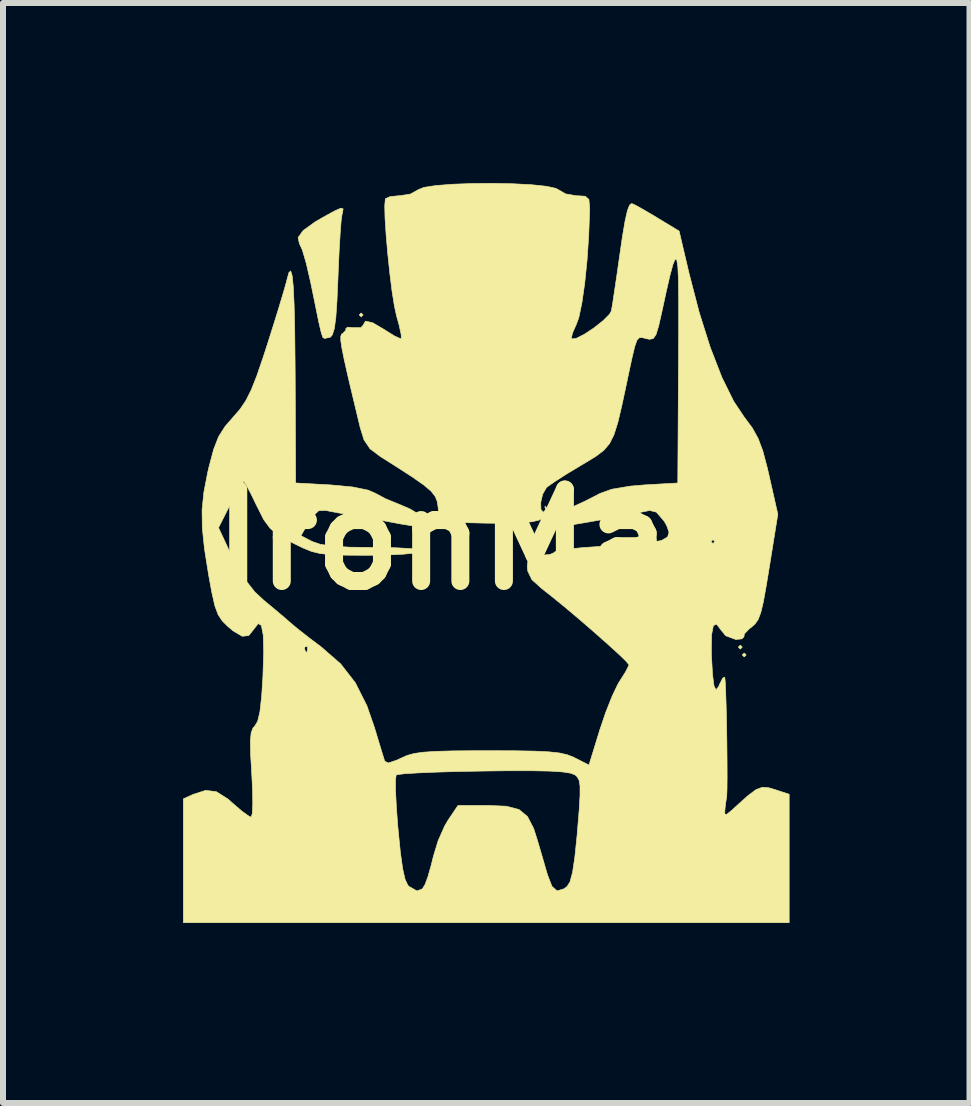
<source format=kicad_pcb>
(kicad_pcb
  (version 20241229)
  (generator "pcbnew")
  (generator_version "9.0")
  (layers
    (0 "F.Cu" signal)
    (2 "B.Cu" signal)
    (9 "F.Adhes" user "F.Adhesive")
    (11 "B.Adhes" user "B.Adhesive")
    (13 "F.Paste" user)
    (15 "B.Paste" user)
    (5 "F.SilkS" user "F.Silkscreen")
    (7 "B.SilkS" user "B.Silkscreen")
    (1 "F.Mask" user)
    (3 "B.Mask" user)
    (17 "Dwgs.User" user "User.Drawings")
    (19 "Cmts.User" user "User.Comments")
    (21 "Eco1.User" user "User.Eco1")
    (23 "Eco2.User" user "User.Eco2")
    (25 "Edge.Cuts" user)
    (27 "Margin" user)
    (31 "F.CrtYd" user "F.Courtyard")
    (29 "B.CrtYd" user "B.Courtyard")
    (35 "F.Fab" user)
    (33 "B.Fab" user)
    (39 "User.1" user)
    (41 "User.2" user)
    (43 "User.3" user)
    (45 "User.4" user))
  (footprint "IronMan"
    (layer "F.Cu")
    (at 5.02 5.942)
    (property "Reference" "IronMan" (at 0 0 0) (layer "F.SilkS") (effects (font (size 1.524 1.524) (thickness 0.3))))
    (attr through_hole)
    (fp_poly (pts (xy -2.019 -3.745) (xy -2.052 -3.712) (xy -2.084 -3.745) (xy -2.052 -3.777) (xy -2.019 -3.745)) (stroke (width 0.01) (type solid)) (fill yes) (layer "F.SilkS"))
    (fp_poly (pts (xy 4.298 1.791) (xy 4.266 1.824) (xy 4.233 1.791) (xy 4.266 1.758) (xy 4.298 1.791)) (stroke (width 0.01) (type solid)) (fill yes) (layer "F.SilkS"))
    (fp_poly (pts (xy 4.364 1.921) (xy 4.331 1.954) (xy 4.298 1.921) (xy 4.331 1.889) (xy 4.364 1.921)) (stroke (width 0.01) (type solid)) (fill yes) (layer "F.SilkS"))
    (fp_poly (pts (xy -2.353 -5.512) (xy -2.363 -5.445) (xy -2.37 -5.422) (xy -2.385 -5.318) (xy -2.401 -5.111) (xy -2.418 -4.827) (xy -2.433 -4.493) (xy -2.438 -4.367) (xy -2.455 -3.977) (xy -2.474 -3.699) (xy -2.499 -3.517) (xy -2.532 -3.413) (xy -2.566 -3.373) (xy -2.663 -3.352) (xy -2.691 -3.37) (xy -2.719 -3.456) (xy -2.759 -3.629) (xy -2.796 -3.81) (xy -2.89 -4.271) (xy -2.968 -4.609) (xy -3.033 -4.83) (xy -3.081 -4.933) (xy -3.103 -5.033) (xy -3.02 -5.149) (xy -2.825 -5.291) (xy -2.688 -5.371) (xy -2.493 -5.478) (xy -2.389 -5.524) (xy -2.353 -5.512)) (stroke (width 0.01) (type solid)) (fill yes) (layer "F.SilkS"))
    (fp_poly (pts (xy 0.479 -5.93) (xy 0.787 -5.914) (xy 1.035 -5.888) (xy 1.195 -5.853) (xy 1.237 -5.829) (xy 1.355 -5.761) (xy 1.529 -5.731) (xy 1.538 -5.731) (xy 1.682 -5.722) (xy 1.743 -5.669) (xy 1.755 -5.533) (xy 1.755 -5.487) (xy 1.74 -5.069) (xy 1.712 -4.654) (xy 1.673 -4.271) (xy 1.626 -3.944) (xy 1.575 -3.701) (xy 1.535 -3.591) (xy 1.47 -3.444) (xy 1.449 -3.353) (xy 1.453 -3.345) (xy 1.528 -3.352) (xy 1.665 -3.421) (xy 1.827 -3.528) (xy 1.98 -3.649) (xy 2.087 -3.757) (xy 2.117 -3.81) (xy 2.137 -3.925) (xy 2.169 -4.137) (xy 2.21 -4.414) (xy 2.247 -4.674) (xy 2.302 -5.053) (xy 2.347 -5.318) (xy 2.386 -5.487) (xy 2.421 -5.576) (xy 2.457 -5.601) (xy 2.525 -5.57) (xy 2.673 -5.487) (xy 2.867 -5.372) (xy 2.868 -5.371) (xy 3.246 -5.142) (xy 3.411 -4.44) (xy 3.58 -3.789) (xy 3.764 -3.206) (xy 3.958 -2.706) (xy 4.155 -2.306) (xy 4.329 -2.045) (xy 4.464 -1.864) (xy 4.562 -1.688) (xy 4.641 -1.477) (xy 4.717 -1.19) (xy 4.745 -1.068) (xy 4.891 -0.423) (xy 4.756 0.416) (xy 4.696 0.781) (xy 4.649 1.041) (xy 4.607 1.216) (xy 4.563 1.331) (xy 4.51 1.407) (xy 4.441 1.467) (xy 4.415 1.486) (xy 4.333 1.571) (xy 4.326 1.619) (xy 4.293 1.653) (xy 4.191 1.664) (xy 4.021 1.601) (xy 3.944 1.505) (xy 3.869 1.407) (xy 3.816 1.434) (xy 3.787 1.587) (xy 3.783 1.863) (xy 3.785 1.938) (xy 3.803 2.249) (xy 3.827 2.436) (xy 3.86 2.502) (xy 3.903 2.452) (xy 3.92 2.411) (xy 3.972 2.308) (xy 4.006 2.291) (xy 4.014 2.36) (xy 4.022 2.531) (xy 4.03 2.778) (xy 4.037 3.072) (xy 4.042 3.386) (xy 4.045 3.692) (xy 4.046 3.962) (xy 4.044 4.169) (xy 4.039 4.286) (xy 4.036 4.298) (xy 4.023 4.382) (xy 4.011 4.48) (xy 4.006 4.568) (xy 4.036 4.58) (xy 4.124 4.509) (xy 4.195 4.444) (xy 4.393 4.266) (xy 4.528 4.165) (xy 4.634 4.126) (xy 4.743 4.135) (xy 4.85 4.167) (xy 5.08 4.243) (xy 5.08 6.383) (xy -5.015 6.383) (xy -5.015 4.319) (xy -4.849 4.244) (xy -4.643 4.178) (xy -4.465 4.2) (xy -4.275 4.32) (xy -4.188 4.396) (xy -4.037 4.526) (xy -3.922 4.608) (xy -3.884 4.624) (xy -3.866 4.563) (xy -3.858 4.399) (xy -3.862 4.157) (xy -3.87 4) (xy -1.48 4) (xy -1.479 4.182) (xy -1.466 4.444) (xy -1.443 4.758) (xy -1.436 4.833) (xy -1.398 5.216) (xy -1.36 5.486) (xy -1.32 5.661) (xy -1.274 5.759) (xy -1.253 5.78) (xy -1.122 5.854) (xy -1.034 5.82) (xy -0.988 5.748) (xy -0.941 5.622) (xy -0.884 5.421) (xy -0.848 5.275) (xy -0.77 5.019) (xy -0.661 4.772) (xy -0.603 4.673) (xy -0.438 4.429) (xy 0.06 4.429) (xy 0.368 4.442) (xy 0.578 4.497) (xy 0.719 4.613) (xy 0.822 4.812) (xy 0.885 5.01) (xy 0.96 5.266) (xy 1.036 5.528) (xy 1.053 5.585) (xy 1.128 5.779) (xy 1.213 5.853) (xy 1.327 5.818) (xy 1.379 5.78) (xy 1.428 5.702) (xy 1.471 5.542) (xy 1.509 5.286) (xy 1.547 4.917) (xy 1.552 4.852) (xy 1.581 4.504) (xy 1.595 4.262) (xy 1.595 4.104) (xy 1.579 4.008) (xy 1.546 3.95) (xy 1.513 3.921) (xy 1.441 3.892) (xy 1.307 3.871) (xy 1.096 3.857) (xy 0.794 3.851) (xy 0.387 3.851) (xy -0.011 3.856) (xy -0.427 3.863) (xy -0.799 3.874) (xy -1.107 3.887) (xy -1.332 3.901) (xy -1.453 3.916) (xy -1.468 3.921) (xy -1.48 4) (xy -3.87 4) (xy -3.875 3.904) (xy -3.894 3.578) (xy -3.898 3.357) (xy -3.885 3.219) (xy -3.855 3.139) (xy -3.825 3.106) (xy -3.777 3.028) (xy -3.739 2.868) (xy -3.71 2.611) (xy -3.689 2.279) (xy -3.676 1.872) (xy -3.677 1.824) (xy -2.996 1.824) (xy -2.972 1.877) (xy -2.952 1.867) (xy -2.945 1.79) (xy -2.952 1.78) (xy -2.991 1.789) (xy -2.996 1.824) (xy -3.677 1.824) (xy -3.684 1.588) (xy -3.715 1.43) (xy -3.767 1.398) (xy -3.838 1.489) (xy -3.925 1.599) (xy -4.034 1.61) (xy -4.186 1.52) (xy -4.273 1.447) (xy -4.367 1.354) (xy -4.436 1.249) (xy -4.49 1.102) (xy -4.54 0.882) (xy -4.594 0.586) (xy -4.663 0.152) (xy -4.699 -0.196) (xy -4.703 -0.497) (xy -4.673 -0.79) (xy -4.61 -1.116) (xy -4.587 -1.215) (xy -4.509 -1.507) (xy -4.428 -1.715) (xy -4.32 -1.886) (xy -4.185 -2.041) (xy -4.068 -2.176) (xy -3.972 -2.319) (xy -3.883 -2.496) (xy -3.789 -2.734) (xy -3.678 -3.059) (xy -3.621 -3.235) (xy -3.514 -3.573) (xy -3.419 -3.88) (xy -3.344 -4.13) (xy -3.298 -4.293) (xy -3.291 -4.322) (xy -3.256 -4.45) (xy -3.226 -4.477) (xy -3.202 -4.399) (xy -3.183 -4.212) (xy -3.169 -3.911) (xy -3.159 -3.49) (xy -3.153 -2.947) (xy -3.151 -2.681) (xy -3.144 -0.944) (xy -2.562 -0.912) (xy -2.196 -0.878) (xy -1.936 -0.825) (xy -1.82 -0.775) (xy -1.644 -0.681) (xy -1.439 -0.597) (xy -1.433 -0.595) (xy -1.241 -0.513) (xy -1.071 -0.411) (xy -0.954 -0.312) (xy -0.919 -0.237) (xy -0.926 -0.225) (xy -1.008 -0.213) (xy -1.179 -0.227) (xy -1.381 -0.259) (xy -1.674 -0.314) (xy -1.983 -0.369) (xy -2.149 -0.397) (xy -2.377 -0.436) (xy -2.571 -0.472) (xy -2.648 -0.488) (xy -2.761 -0.481) (xy -2.864 -0.383) (xy -2.922 -0.293) (xy -3.056 -0.066) (xy -2.866 0.032) (xy -2.732 0.078) (xy -2.528 0.109) (xy -2.235 0.126) (xy -1.856 0.13) (xy -1.485 0.135) (xy -1.229 0.149) (xy -1.094 0.173) (xy -1.075 0.195) (xy -1.154 0.222) (xy -1.342 0.242) (xy -1.619 0.256) (xy -1.952 0.261) (xy -2.3 0.259) (xy -2.549 0.251) (xy -2.732 0.232) (xy -2.88 0.196) (xy -3.025 0.137) (xy -3.195 0.053) (xy -3.419 -0.07) (xy -3.566 -0.185) (xy -3.676 -0.334) (xy -3.79 -0.561) (xy -3.793 -0.566) (xy -3.891 -0.769) (xy -3.969 -0.916) (xy -4.01 -0.977) (xy -4.011 -0.977) (xy -4.05 -0.924) (xy -4.13 -0.783) (xy -4.232 -0.588) (xy -4.429 -0.199) (xy -4.205 0.281) (xy -4.023 0.618) (xy -3.825 0.871) (xy -3.673 1.012) (xy -3.482 1.17) (xy -3.312 1.314) (xy -3.23 1.386) (xy -3.109 1.487) (xy -2.923 1.633) (xy -2.714 1.791) (xy -2.394 2.07) (xy -2.149 2.385) (xy -1.956 2.769) (xy -1.832 3.126) (xy -1.759 3.368) (xy -1.699 3.565) (xy -1.663 3.681) (xy -1.66 3.691) (xy -1.6 3.722) (xy -1.455 3.673) (xy -1.39 3.642) (xy -1.289 3.597) (xy -1.172 3.564) (xy -1.019 3.542) (xy -0.808 3.528) (xy -0.518 3.52) (xy -0.127 3.517) (xy 0.065 3.517) (xy 0.505 3.518) (xy 0.835 3.524) (xy 1.078 3.536) (xy 1.253 3.555) (xy 1.381 3.584) (xy 1.485 3.624) (xy 1.51 3.637) (xy 1.744 3.756) (xy 1.925 3.168) (xy 2.023 2.879) (xy 2.129 2.611) (xy 2.225 2.409) (xy 2.258 2.355) (xy 2.353 2.205) (xy 2.406 2.101) (xy 2.41 2.084) (xy 2.363 2.027) (xy 2.236 1.904) (xy 2.05 1.735) (xy 1.825 1.536) (xy 1.582 1.326) (xy 1.341 1.123) (xy 1.123 0.945) (xy 0.961 0.818) (xy 0.793 0.667) (xy 0.723 0.522) (xy 0.716 0.448) (xy 0.73 0.322) (xy 0.797 0.27) (xy 0.944 0.261) (xy 1.095 0.247) (xy 1.17 0.213) (xy 1.172 0.205) (xy 1.233 0.182) (xy 1.401 0.157) (xy 1.652 0.132) (xy 1.963 0.111) (xy 2.068 0.105) (xy 2.476 0.081) (xy 2.767 0.052) (xy 2.861 0.033) (xy 3.777 0.033) (xy 3.81 0.065) (xy 3.843 0.033) (xy 3.81 0) (xy 3.777 0.033) (xy 2.861 0.033) (xy 2.955 0.013) (xy 3.054 -0.044) (xy 3.078 -0.123) (xy 3.04 -0.232) (xy 2.999 -0.305) (xy 2.868 -0.458) (xy 2.756 -0.486) (xy 2.508 -0.435) (xy 2.213 -0.379) (xy 1.899 -0.322) (xy 1.6 -0.27) (xy 1.344 -0.228) (xy 1.162 -0.202) (xy 1.093 -0.195) (xy 0.999 -0.226) (xy 1.001 -0.295) (xy 1.01 -0.359) (xy 0.94 -0.34) (xy 0.911 -0.325) (xy 0.789 -0.297) (xy 0.562 -0.279) (xy 0.257 -0.272) (xy 0.017 -0.275) (xy -0.749 -0.293) (xy -0.769 -0.532) (xy -0.781 -0.618) (xy 0.94 -0.618) (xy 0.944 -0.501) (xy 0.985 -0.456) (xy 1.021 -0.5) (xy 1.011 -0.537) (xy 1.011 -0.559) (xy 1.056 -0.505) (xy 1.135 -0.422) (xy 1.172 -0.41) (xy 1.247 -0.446) (xy 1.397 -0.513) (xy 1.465 -0.543) (xy 1.684 -0.644) (xy 1.889 -0.749) (xy 1.921 -0.767) (xy 2.124 -0.84) (xy 2.433 -0.892) (xy 2.67 -0.912) (xy 3.224 -0.944) (xy 3.236 -2.931) (xy 3.239 -3.518) (xy 3.239 -3.98) (xy 3.235 -4.321) (xy 3.225 -4.547) (xy 3.207 -4.663) (xy 3.18 -4.674) (xy 3.143 -4.585) (xy 3.093 -4.4) (xy 3.03 -4.125) (xy 2.964 -3.821) (xy 2.907 -3.568) (xy 2.862 -3.419) (xy 2.816 -3.351) (xy 2.754 -3.338) (xy 2.699 -3.349) (xy 2.63 -3.367) (xy 2.581 -3.364) (xy 2.543 -3.322) (xy 2.507 -3.219) (xy 2.463 -3.037) (xy 2.402 -2.754) (xy 2.378 -2.638) (xy 2.294 -2.245) (xy 2.226 -1.956) (xy 2.161 -1.749) (xy 2.087 -1.601) (xy 1.992 -1.489) (xy 1.862 -1.39) (xy 1.687 -1.283) (xy 1.611 -1.238) (xy 1.377 -1.097) (xy 1.182 -0.972) (xy 1.057 -0.885) (xy 1.034 -0.865) (xy 0.972 -0.757) (xy 0.94 -0.618) (xy -0.781 -0.618) (xy -0.783 -0.632) (xy -0.817 -0.719) (xy -0.887 -0.808) (xy -1.009 -0.911) (xy -1.199 -1.044) (xy -1.473 -1.221) (xy -1.728 -1.382) (xy -1.903 -1.513) (xy -2.005 -1.664) (xy -2.067 -1.864) (xy -2.183 -2.347) (xy -2.271 -2.718) (xy -2.333 -2.993) (xy -2.372 -3.186) (xy -2.391 -3.312) (xy -2.392 -3.386) (xy -2.379 -3.423) (xy -2.357 -3.437) (xy -2.304 -3.491) (xy -2.31 -3.513) (xy -2.28 -3.54) (xy -2.18 -3.532) (xy -2.056 -3.533) (xy -2.019 -3.574) (xy -1.981 -3.641) (xy -1.862 -3.615) (xy -1.659 -3.496) (xy -1.645 -3.486) (xy -1.497 -3.394) (xy -1.399 -3.35) (xy -1.383 -3.35) (xy -1.386 -3.421) (xy -1.42 -3.577) (xy -1.461 -3.723) (xy -1.498 -3.893) (xy -1.538 -4.143) (xy -1.575 -4.443) (xy -1.609 -4.765) (xy -1.636 -5.078) (xy -1.654 -5.354) (xy -1.659 -5.563) (xy -1.649 -5.676) (xy -1.646 -5.682) (xy -1.57 -5.716) (xy -1.42 -5.731) (xy -1.404 -5.731) (xy -1.231 -5.759) (xy -1.109 -5.826) (xy -1.107 -5.829) (xy -1.009 -5.869) (xy -0.809 -5.9) (xy -0.532 -5.922) (xy -0.207 -5.934) (xy 0.139 -5.937) (xy 0.479 -5.93)) (stroke (width 0.01) (type solid)) (fill yes) (layer "F.SilkS")))
  (gr_rect
    (start -3 -3)
    (end 13.105 15.329)
    (stroke (width 0.1) (type default))
    (fill no)
    (layer "Edge.Cuts")))
</source>
